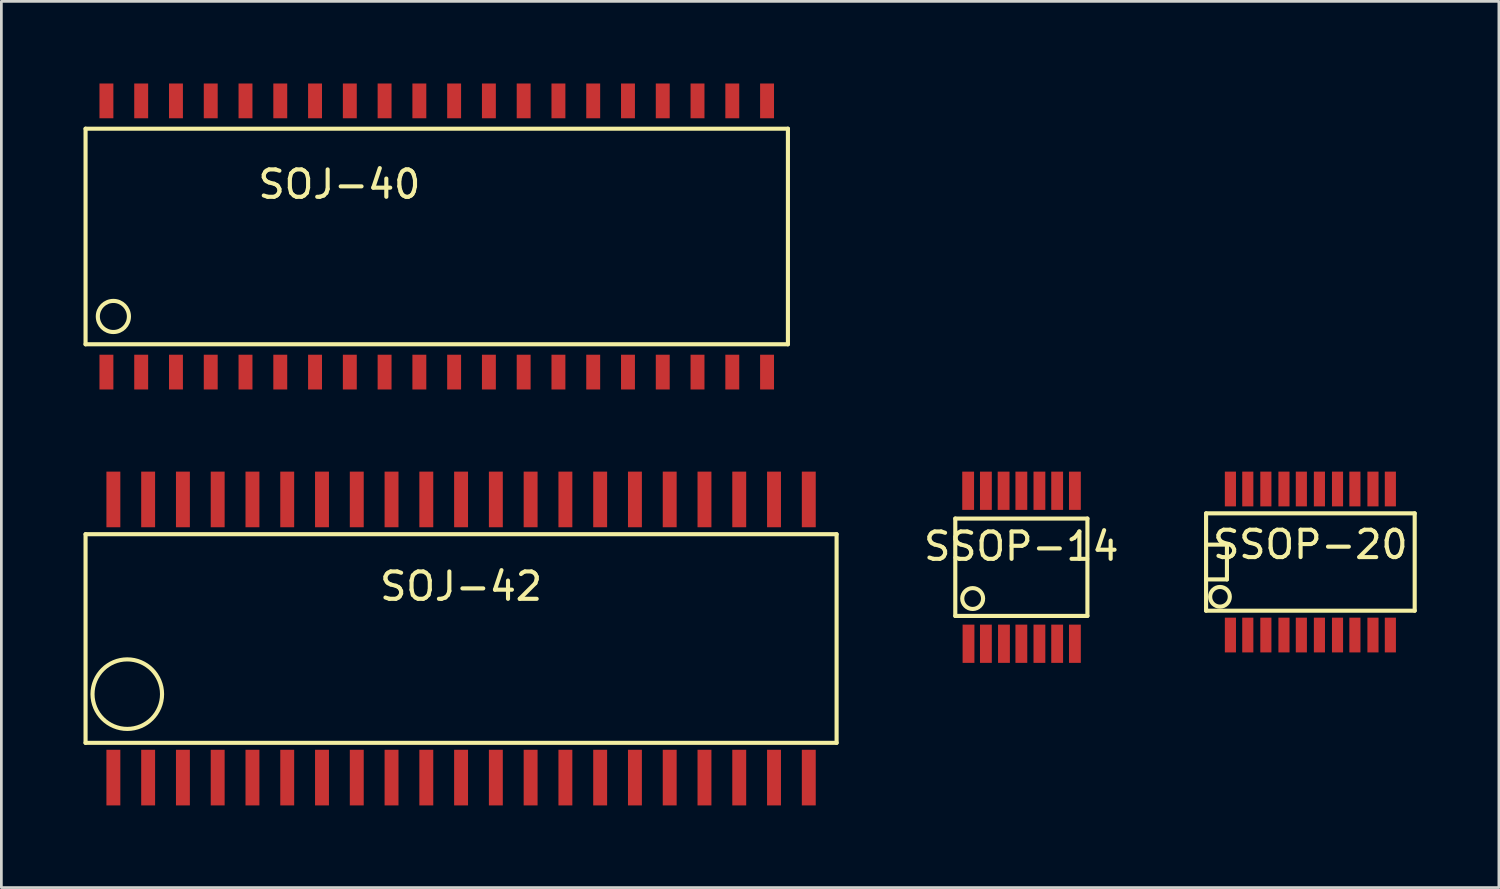
<source format=kicad_pcb>
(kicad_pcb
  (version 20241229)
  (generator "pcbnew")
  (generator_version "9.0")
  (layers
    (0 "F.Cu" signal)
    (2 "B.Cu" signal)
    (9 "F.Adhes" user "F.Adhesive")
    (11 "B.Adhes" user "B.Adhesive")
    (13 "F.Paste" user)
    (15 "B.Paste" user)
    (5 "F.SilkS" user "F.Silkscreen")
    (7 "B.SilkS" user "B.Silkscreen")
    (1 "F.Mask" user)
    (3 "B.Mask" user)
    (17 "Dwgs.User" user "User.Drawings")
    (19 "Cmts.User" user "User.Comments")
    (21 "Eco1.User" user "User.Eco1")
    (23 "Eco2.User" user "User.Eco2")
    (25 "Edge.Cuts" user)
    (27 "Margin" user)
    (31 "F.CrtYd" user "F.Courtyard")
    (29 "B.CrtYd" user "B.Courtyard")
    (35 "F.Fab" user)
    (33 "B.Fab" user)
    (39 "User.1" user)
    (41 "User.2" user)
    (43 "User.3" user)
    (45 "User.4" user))
  (footprint "SOJ-40"
    (layer "F.Cu")
    (at 12.902 5.461)
    (property "Reference" "SOJ-40" (at -3.556 -1.778 0) (layer "F.SilkS") (effects (font (size 1 1) (thickness 0.15))))
    (attr smd)
    (fp_line (start -12.827 -3.81) (end 12.827 -3.81) (stroke (width 0.15) (type solid)) (layer "F.SilkS"))
    (fp_line (start -12.827 4.064) (end -12.827 -3.81) (stroke (width 0.15) (type solid)) (layer "F.SilkS"))
    (fp_line (start 12.827 -3.81) (end 12.827 4.064) (stroke (width 0.15) (type solid)) (layer "F.SilkS"))
    (fp_line (start 12.827 4.064) (end -12.827 4.064) (stroke (width 0.15) (type solid)) (layer "F.SilkS"))
    (fp_circle (center -11.811 3.048) (end -11.303 2.794) (stroke (width 0.15) (type solid)) (fill no) (layer "F.SilkS"))
    (pad "1" smd rect (at -12.065 5.08) (size 0.508 1.27) (layers "F.Cu" "F.Mask" "F.Paste"))
    (pad "2" smd rect (at -10.795 5.08) (size 0.508 1.27) (layers "F.Cu" "F.Mask" "F.Paste"))
    (pad "3" smd rect (at -9.525 5.08) (size 0.508 1.27) (layers "F.Cu" "F.Mask" "F.Paste"))
    (pad "4" smd rect (at -8.255 5.08) (size 0.508 1.27) (layers "F.Cu" "F.Mask" "F.Paste"))
    (pad "5" smd rect (at -6.985 5.08) (size 0.508 1.27) (layers "F.Cu" "F.Mask" "F.Paste"))
    (pad "6" smd rect (at -5.715 5.08) (size 0.508 1.27) (layers "F.Cu" "F.Mask" "F.Paste"))
    (pad "7" smd rect (at -4.445 5.08) (size 0.508 1.27) (layers "F.Cu" "F.Mask" "F.Paste"))
    (pad "8" smd rect (at -3.175 5.08) (size 0.508 1.27) (layers "F.Cu" "F.Mask" "F.Paste"))
    (pad "9" smd rect (at -1.905 5.08) (size 0.508 1.27) (layers "F.Cu" "F.Mask" "F.Paste"))
    (pad "10" smd rect (at -0.635 5.08) (size 0.508 1.27) (layers "F.Cu" "F.Mask" "F.Paste"))
    (pad "11" smd rect (at 0.635 5.08) (size 0.508 1.27) (layers "F.Cu" "F.Mask" "F.Paste"))
    (pad "12" smd rect (at 1.905 5.08) (size 0.508 1.27) (layers "F.Cu" "F.Mask" "F.Paste"))
    (pad "13" smd rect (at 3.175 5.08) (size 0.508 1.27) (layers "F.Cu" "F.Mask" "F.Paste"))
    (pad "14" smd rect (at 4.445 5.08) (size 0.508 1.27) (layers "F.Cu" "F.Mask" "F.Paste"))
    (pad "15" smd rect (at 5.715 5.08) (size 0.508 1.27) (layers "F.Cu" "F.Mask" "F.Paste"))
    (pad "16" smd rect (at 6.985 5.08) (size 0.508 1.27) (layers "F.Cu" "F.Mask" "F.Paste"))
    (pad "17" smd rect (at 8.255 5.08) (size 0.508 1.27) (layers "F.Cu" "F.Mask" "F.Paste"))
    (pad "18" smd rect (at 9.525 5.08) (size 0.508 1.27) (layers "F.Cu" "F.Mask" "F.Paste"))
    (pad "19" smd rect (at 10.795 5.08) (size 0.508 1.27) (layers "F.Cu" "F.Mask" "F.Paste"))
    (pad "20" smd rect (at 12.065 5.08) (size 0.508 1.27) (layers "F.Cu" "F.Mask" "F.Paste"))
    (pad "21" smd rect (at 12.065 -4.826) (size 0.508 1.27) (layers "F.Cu" "F.Mask" "F.Paste"))
    (pad "22" smd rect (at 10.795 -4.826) (size 0.508 1.27) (layers "F.Cu" "F.Mask" "F.Paste"))
    (pad "23" smd rect (at 9.525 -4.826) (size 0.508 1.27) (layers "F.Cu" "F.Mask" "F.Paste"))
    (pad "24" smd rect (at 8.255 -4.826) (size 0.508 1.27) (layers "F.Cu" "F.Mask" "F.Paste"))
    (pad "25" smd rect (at 6.985 -4.826) (size 0.508 1.27) (layers "F.Cu" "F.Mask" "F.Paste"))
    (pad "26" smd rect (at 5.715 -4.826) (size 0.508 1.27) (layers "F.Cu" "F.Mask" "F.Paste"))
    (pad "27" smd rect (at 4.445 -4.826) (size 0.508 1.27) (layers "F.Cu" "F.Mask" "F.Paste"))
    (pad "28" smd rect (at 3.175 -4.826) (size 0.508 1.27) (layers "F.Cu" "F.Mask" "F.Paste"))
    (pad "29" smd rect (at 1.905 -4.826) (size 0.508 1.27) (layers "F.Cu" "F.Mask" "F.Paste"))
    (pad "30" smd rect (at 0.635 -4.826) (size 0.508 1.27) (layers "F.Cu" "F.Mask" "F.Paste"))
    (pad "31" smd rect (at -0.635 -4.826) (size 0.508 1.27) (layers "F.Cu" "F.Mask" "F.Paste"))
    (pad "32" smd rect (at -1.905 -4.826) (size 0.508 1.27) (layers "F.Cu" "F.Mask" "F.Paste"))
    (pad "33" smd rect (at -3.175 -4.826) (size 0.508 1.27) (layers "F.Cu" "F.Mask" "F.Paste"))
    (pad "34" smd rect (at -4.445 -4.826) (size 0.508 1.27) (layers "F.Cu" "F.Mask" "F.Paste"))
    (pad "35" smd rect (at -5.715 -4.826) (size 0.508 1.27) (layers "F.Cu" "F.Mask" "F.Paste"))
    (pad "36" smd rect (at -6.985 -4.826) (size 0.508 1.27) (layers "F.Cu" "F.Mask" "F.Paste"))
    (pad "37" smd rect (at -8.255 -4.826) (size 0.508 1.27) (layers "F.Cu" "F.Mask" "F.Paste"))
    (pad "38" smd rect (at -9.525 -4.826) (size 0.508 1.27) (layers "F.Cu" "F.Mask" "F.Paste"))
    (pad "39" smd rect (at -10.795 -4.826) (size 0.508 1.27) (layers "F.Cu" "F.Mask" "F.Paste"))
    (pad "40" smd rect (at -12.065 -4.826) (size 0.508 1.27) (layers "F.Cu" "F.Mask" "F.Paste")))
  (footprint "SSOP-20"
    (layer "F.Cu")
    (at 44.812 17.478)
    (property "Reference" "SSOP-20" (at 0 -0.635 0) (layer "F.SilkS") (effects (font (size 1 1) (thickness 0.15))))
    (attr smd)
    (fp_line (start -3.81 -0.635) (end -3.048 -0.635) (stroke (width 0.15) (type solid)) (layer "F.SilkS"))
    (fp_line (start -3.81 1.778) (end -3.81 -1.778) (stroke (width 0.15) (type solid)) (layer "F.SilkS"))
    (fp_line (start -3.81 1.778) (end 3.81 1.778) (stroke (width 0.15) (type solid)) (layer "F.SilkS"))
    (fp_line (start -3.048 -0.635) (end -3.048 0.635) (stroke (width 0.15) (type solid)) (layer "F.SilkS"))
    (fp_line (start -3.048 0.635) (end -3.81 0.635) (stroke (width 0.15) (type solid)) (layer "F.SilkS"))
    (fp_line (start 3.81 -1.778) (end -3.81 -1.778) (stroke (width 0.15) (type solid)) (layer "F.SilkS"))
    (fp_line (start 3.81 -1.778) (end 3.81 1.778) (stroke (width 0.15) (type solid)) (layer "F.SilkS"))
    (fp_circle (center -3.302 1.27) (end -3.556 1.016) (stroke (width 0.15) (type solid)) (fill no) (layer "F.SilkS"))
    (pad "1" smd rect (at -2.921 2.667) (size 0.406 1.27) (layers "F.Cu" "F.Mask" "F.Paste"))
    (pad "2" smd rect (at -2.286 2.667) (size 0.406 1.27) (layers "F.Cu" "F.Mask" "F.Paste"))
    (pad "3" smd rect (at -1.626 2.667) (size 0.406 1.27) (layers "F.Cu" "F.Mask" "F.Paste"))
    (pad "4" smd rect (at -0.965 2.667) (size 0.406 1.27) (layers "F.Cu" "F.Mask" "F.Paste"))
    (pad "5" smd rect (at -0.33 2.667) (size 0.406 1.27) (layers "F.Cu" "F.Mask" "F.Paste"))
    (pad "6" smd rect (at 0.33 2.667) (size 0.406 1.27) (layers "F.Cu" "F.Mask" "F.Paste"))
    (pad "7" smd rect (at 0.991 2.667) (size 0.406 1.27) (layers "F.Cu" "F.Mask" "F.Paste"))
    (pad "8" smd rect (at 1.626 2.667) (size 0.406 1.27) (layers "F.Cu" "F.Mask" "F.Paste"))
    (pad "9" smd rect (at 2.286 2.667) (size 0.406 1.27) (layers "F.Cu" "F.Mask" "F.Paste"))
    (pad "10" smd rect (at 2.921 2.667) (size 0.406 1.27) (layers "F.Cu" "F.Mask" "F.Paste"))
    (pad "11" smd rect (at 2.921 -2.667) (size 0.406 1.27) (layers "F.Cu" "F.Mask" "F.Paste"))
    (pad "12" smd rect (at 2.286 -2.667) (size 0.406 1.27) (layers "F.Cu" "F.Mask" "F.Paste"))
    (pad "13" smd rect (at 1.626 -2.667) (size 0.406 1.27) (layers "F.Cu" "F.Mask" "F.Paste"))
    (pad "14" smd rect (at 0.991 -2.667) (size 0.406 1.27) (layers "F.Cu" "F.Mask" "F.Paste"))
    (pad "15" smd rect (at 0.33 -2.667) (size 0.406 1.27) (layers "F.Cu" "F.Mask" "F.Paste"))
    (pad "16" smd rect (at -0.33 -2.667) (size 0.406 1.27) (layers "F.Cu" "F.Mask" "F.Paste"))
    (pad "17" smd rect (at -0.965 -2.667) (size 0.406 1.27) (layers "F.Cu" "F.Mask" "F.Paste"))
    (pad "18" smd rect (at -1.626 -2.667) (size 0.406 1.27) (layers "F.Cu" "F.Mask" "F.Paste"))
    (pad "19" smd rect (at -2.286 -2.667) (size 0.406 1.27) (layers "F.Cu" "F.Mask" "F.Paste"))
    (pad "20" smd rect (at -2.921 -2.667) (size 0.406 1.27) (layers "F.Cu" "F.Mask" "F.Paste")))
  (footprint "SOJ-42"
    (layer "F.Cu")
    (at 13.791 20.272)
    (property "Reference" "SOJ-42" (at 0 -1.905 0) (layer "F.SilkS") (effects (font (size 1 1) (thickness 0.15))))
    (attr smd)
    (fp_line (start -13.716 -3.81) (end 13.716 -3.81) (stroke (width 0.15) (type solid)) (layer "F.SilkS"))
    (fp_line (start -13.716 3.81) (end -13.716 -3.81) (stroke (width 0.15) (type solid)) (layer "F.SilkS"))
    (fp_line (start 13.716 3.81) (end -13.716 3.81) (stroke (width 0.15) (type solid)) (layer "F.SilkS"))
    (fp_line (start 13.716 3.81) (end 13.716 -3.81) (stroke (width 0.15) (type solid)) (layer "F.SilkS"))
    (fp_circle (center -12.192 2.032) (end -12.192 0.762) (stroke (width 0.15) (type solid)) (fill no) (layer "F.SilkS"))
    (pad "1" smd rect (at -12.7 5.08) (size 0.508 2.032) (layers "F.Cu" "F.Mask" "F.Paste"))
    (pad "2" smd rect (at -11.43 5.08) (size 0.508 2.032) (layers "F.Cu" "F.Mask" "F.Paste"))
    (pad "3" smd rect (at -10.16 5.08) (size 0.508 2.032) (layers "F.Cu" "F.Mask" "F.Paste"))
    (pad "4" smd rect (at -8.89 5.08) (size 0.508 2.032) (layers "F.Cu" "F.Mask" "F.Paste"))
    (pad "5" smd rect (at -7.62 5.08) (size 0.508 2.032) (layers "F.Cu" "F.Mask" "F.Paste"))
    (pad "6" smd rect (at -6.35 5.08) (size 0.508 2.032) (layers "F.Cu" "F.Mask" "F.Paste"))
    (pad "7" smd rect (at -5.08 5.08) (size 0.508 2.032) (layers "F.Cu" "F.Mask" "F.Paste"))
    (pad "8" smd rect (at -3.81 5.08) (size 0.508 2.032) (layers "F.Cu" "F.Mask" "F.Paste"))
    (pad "9" smd rect (at -2.54 5.08) (size 0.508 2.032) (layers "F.Cu" "F.Mask" "F.Paste"))
    (pad "10" smd rect (at -1.27 5.08) (size 0.508 2.032) (layers "F.Cu" "F.Mask" "F.Paste"))
    (pad "11" smd rect (at 0 5.08) (size 0.508 2.032) (layers "F.Cu" "F.Mask" "F.Paste"))
    (pad "12" smd rect (at 1.27 5.08) (size 0.508 2.032) (layers "F.Cu" "F.Mask" "F.Paste"))
    (pad "13" smd rect (at 2.54 5.08) (size 0.508 2.032) (layers "F.Cu" "F.Mask" "F.Paste"))
    (pad "14" smd rect (at 3.81 5.08) (size 0.508 2.032) (layers "F.Cu" "F.Mask" "F.Paste"))
    (pad "15" smd rect (at 5.08 5.08) (size 0.508 2.032) (layers "F.Cu" "F.Mask" "F.Paste"))
    (pad "16" smd rect (at 6.35 5.08) (size 0.508 2.032) (layers "F.Cu" "F.Mask" "F.Paste"))
    (pad "17" smd rect (at 7.62 5.08) (size 0.508 2.032) (layers "F.Cu" "F.Mask" "F.Paste"))
    (pad "18" smd rect (at 8.89 5.08) (size 0.508 2.032) (layers "F.Cu" "F.Mask" "F.Paste"))
    (pad "19" smd rect (at 10.16 5.08) (size 0.508 2.032) (layers "F.Cu" "F.Mask" "F.Paste"))
    (pad "20" smd rect (at 11.43 5.08) (size 0.508 2.032) (layers "F.Cu" "F.Mask" "F.Paste"))
    (pad "21" smd rect (at 12.7 5.08) (size 0.508 2.032) (layers "F.Cu" "F.Mask" "F.Paste"))
    (pad "22" smd rect (at 12.7 -5.08) (size 0.508 2.032) (layers "F.Cu" "F.Mask" "F.Paste"))
    (pad "23" smd rect (at 11.43 -5.08) (size 0.508 2.032) (layers "F.Cu" "F.Mask" "F.Paste"))
    (pad "24" smd rect (at 10.16 -5.08) (size 0.508 2.032) (layers "F.Cu" "F.Mask" "F.Paste"))
    (pad "25" smd rect (at 8.89 -5.08) (size 0.508 2.032) (layers "F.Cu" "F.Mask" "F.Paste"))
    (pad "26" smd rect (at 7.62 -5.08) (size 0.508 2.032) (layers "F.Cu" "F.Mask" "F.Paste"))
    (pad "27" smd rect (at 6.35 -5.08) (size 0.508 2.032) (layers "F.Cu" "F.Mask" "F.Paste"))
    (pad "28" smd rect (at 5.08 -5.08) (size 0.508 2.032) (layers "F.Cu" "F.Mask" "F.Paste"))
    (pad "29" smd rect (at 3.81 -5.08) (size 0.508 2.032) (layers "F.Cu" "F.Mask" "F.Paste"))
    (pad "30" smd rect (at 2.54 -5.08) (size 0.508 2.032) (layers "F.Cu" "F.Mask" "F.Paste"))
    (pad "31" smd rect (at 1.27 -5.08) (size 0.508 2.032) (layers "F.Cu" "F.Mask" "F.Paste"))
    (pad "32" smd rect (at 0 -5.08) (size 0.508 2.032) (layers "F.Cu" "F.Mask" "F.Paste"))
    (pad "33" smd rect (at -1.27 -5.08) (size 0.508 2.032) (layers "F.Cu" "F.Mask" "F.Paste"))
    (pad "34" smd rect (at -2.54 -5.08) (size 0.508 2.032) (layers "F.Cu" "F.Mask" "F.Paste"))
    (pad "35" smd rect (at -3.81 -5.08) (size 0.508 2.032) (layers "F.Cu" "F.Mask" "F.Paste"))
    (pad "36" smd rect (at -5.08 -5.08) (size 0.508 2.032) (layers "F.Cu" "F.Mask" "F.Paste"))
    (pad "37" smd rect (at -6.35 -5.08) (size 0.508 2.032) (layers "F.Cu" "F.Mask" "F.Paste"))
    (pad "38" smd rect (at -7.62 -5.08) (size 0.508 2.032) (layers "F.Cu" "F.Mask" "F.Paste"))
    (pad "39" smd rect (at -8.89 -5.08) (size 0.508 2.032) (layers "F.Cu" "F.Mask" "F.Paste"))
    (pad "40" smd rect (at -10.16 -5.08) (size 0.508 2.032) (layers "F.Cu" "F.Mask" "F.Paste"))
    (pad "41" smd rect (at -11.43 -5.08) (size 0.508 2.032) (layers "F.Cu" "F.Mask" "F.Paste"))
    (pad "42" smd rect (at -12.7 -5.08) (size 0.508 2.032) (layers "F.Cu" "F.Mask" "F.Paste")))
  (footprint "SSOP-14"
    (layer "F.Cu")
    (at 34.255 17.669)
    (property "Reference" "SSOP-14" (at 0 -0.762 0) (layer "F.SilkS") (effects (font (size 1 1) (thickness 0.15))))
    (attr smd)
    (fp_line (start -2.413 -1.778) (end 2.413 -1.778) (stroke (width 0.15) (type solid)) (layer "F.SilkS"))
    (fp_line (start -2.413 1.778) (end -2.413 -1.778) (stroke (width 0.15) (type solid)) (layer "F.SilkS"))
    (fp_line (start 2.413 -1.778) (end 2.413 1.778) (stroke (width 0.15) (type solid)) (layer "F.SilkS"))
    (fp_line (start 2.413 1.778) (end -2.413 1.778) (stroke (width 0.15) (type solid)) (layer "F.SilkS"))
    (fp_circle (center -1.778 1.143) (end -2.159 1.143) (stroke (width 0.15) (type solid)) (fill no) (layer "F.SilkS"))
    (pad "1" smd rect (at -1.93 2.794) (size 0.432 1.397) (layers "F.Cu" "F.Mask" "F.Paste"))
    (pad "2" smd rect (at -1.295 2.794) (size 0.432 1.397) (layers "F.Cu" "F.Mask" "F.Paste"))
    (pad "3" smd rect (at -0.635 2.794) (size 0.432 1.397) (layers "F.Cu" "F.Mask" "F.Paste"))
    (pad "4" smd rect (at 0 2.794) (size 0.432 1.397) (layers "F.Cu" "F.Mask" "F.Paste"))
    (pad "5" smd rect (at 0.66 2.794) (size 0.432 1.397) (layers "F.Cu" "F.Mask" "F.Paste"))
    (pad "6" smd rect (at 1.308 2.794) (size 0.432 1.397) (layers "F.Cu" "F.Mask" "F.Paste"))
    (pad "7" smd rect (at 1.956 2.794) (size 0.432 1.397) (layers "F.Cu" "F.Mask" "F.Paste"))
    (pad "8" smd rect (at 1.956 -2.794) (size 0.432 1.397) (layers "F.Cu" "F.Mask" "F.Paste"))
    (pad "9" smd rect (at 1.308 -2.794) (size 0.432 1.397) (layers "F.Cu" "F.Mask" "F.Paste"))
    (pad "10" smd rect (at 0.66 -2.794) (size 0.432 1.397) (layers "F.Cu" "F.Mask" "F.Paste"))
    (pad "11" smd rect (at 0 -2.794) (size 0.432 1.397) (layers "F.Cu" "F.Mask" "F.Paste"))
    (pad "12" smd rect (at -0.648 -2.794) (size 0.432 1.397) (layers "F.Cu" "F.Mask" "F.Paste"))
    (pad "13" smd rect (at -1.295 -2.794) (size 0.432 1.397) (layers "F.Cu" "F.Mask" "F.Paste"))
    (pad "14" smd rect (at -1.943 -2.794) (size 0.432 1.397) (layers "F.Cu" "F.Mask" "F.Paste")))
  (gr_rect
    (start -3 -3)
    (end 51.697 29.368)
    (stroke (width 0.1) (type default))
    (fill no)
    (layer "Edge.Cuts")))
</source>
